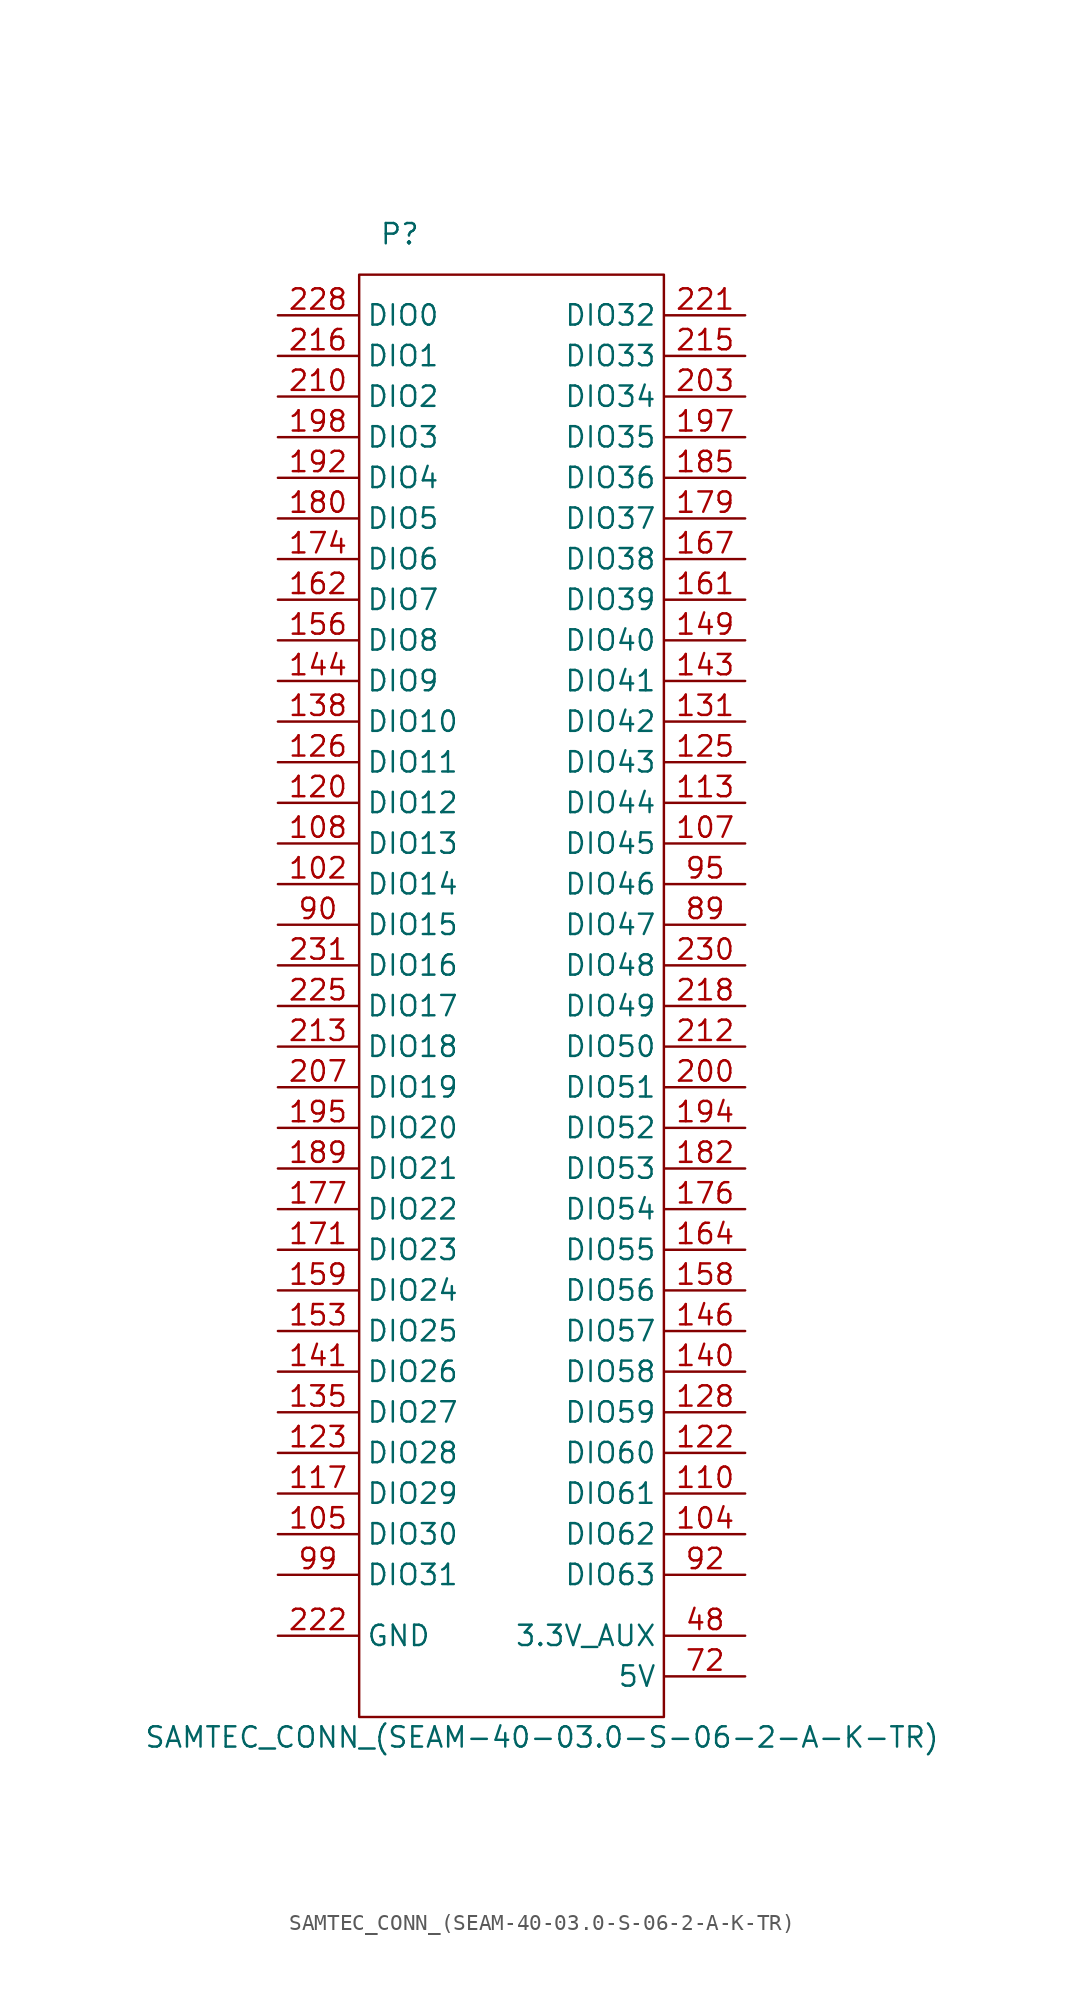
<source format=kicad_sym>
(kicad_symbol_lib
  (version 20220914)
  (generator kicad_symbol_editor)
  (symbol "SAMTEC_CONN_(SEAM-40-03.0-S-06-2-A-K-TR)"
    (property "Reference" "P"
      (at 0 54.61 0)
      (effects (font (size 1.27 1.27))))
    (property "Value" "SAMTEC_CONN_(SEAM-40-03.0-S-06-2-A-K-TR)"
      (at 8.89 -39.37 0)
      (effects (font (size 1.27 1.27))))
    (property "Datasheet" ""
      (at 0 0 0)
      (effects (font (size 1.27 1.27))))
    (symbol "SAMTEC_CONN_(SEAM-40-03.0-S-06-2-A-K-TR)_0_1"
      (rectangle (start -2.54 52.07) (end 16.51 -38.1) (stroke (width 0) (type solid)) (fill (type none))))
    (symbol "SAMTEC_CONN_(SEAM-40-03.0-S-06-2-A-K-TR)_1_1"
      (pin passive line (at -7.62 -33.02 0) (length 5.004) hide (name "GND" (effects (font (size 1.27 1.27)))) (number "101" (effects (font (size 1.27 1.27)))))
      (pin bidirectional line (at -7.62 13.97 0) (length 5.004) (name "DIO14" (effects (font (size 1.27 1.27)))) (number "102" (effects (font (size 1.27 1.27)))))
      (pin bidirectional line (at 21.59 -26.67 180) (length 5.004) (name "DIO62" (effects (font (size 1.27 1.27)))) (number "104" (effects (font (size 1.27 1.27)))))
      (pin bidirectional line (at -7.62 -26.67 0) (length 5.004) (name "DIO30" (effects (font (size 1.27 1.27)))) (number "105" (effects (font (size 1.27 1.27)))))
      (pin bidirectional line (at 21.59 16.51 180) (length 5.004) (name "DIO45" (effects (font (size 1.27 1.27)))) (number "107" (effects (font (size 1.27 1.27)))))
      (pin bidirectional line (at -7.62 16.51 0) (length 5.004) (name "DIO13" (effects (font (size 1.27 1.27)))) (number "108" (effects (font (size 1.27 1.27)))))
      (pin bidirectional line (at 21.59 -24.13 180) (length 5.004) (name "DIO61" (effects (font (size 1.27 1.27)))) (number "110" (effects (font (size 1.27 1.27)))))
      (pin passive line (at -7.62 -33.02 0) (length 5.004) hide (name "GND" (effects (font (size 1.27 1.27)))) (number "111" (effects (font (size 1.27 1.27)))))
      (pin bidirectional line (at 21.59 19.05 180) (length 5.004) (name "DIO44" (effects (font (size 1.27 1.27)))) (number "113" (effects (font (size 1.27 1.27)))))
      (pin passive line (at -7.62 -33.02 0) (length 5.004) hide (name "GND" (effects (font (size 1.27 1.27)))) (number "114" (effects (font (size 1.27 1.27)))))
      (pin passive line (at -7.62 -33.02 0) (length 5.004) hide (name "GND" (effects (font (size 1.27 1.27)))) (number "116" (effects (font (size 1.27 1.27)))))
      (pin bidirectional line (at -7.62 -24.13 0) (length 5.004) (name "DIO29" (effects (font (size 1.27 1.27)))) (number "117" (effects (font (size 1.27 1.27)))))
      (pin passive line (at -7.62 -33.02 0) (length 5.004) hide (name "GND" (effects (font (size 1.27 1.27)))) (number "119" (effects (font (size 1.27 1.27)))))
      (pin bidirectional line (at -7.62 19.05 0) (length 5.004) (name "DIO12" (effects (font (size 1.27 1.27)))) (number "120" (effects (font (size 1.27 1.27)))))
      (pin bidirectional line (at 21.59 -21.59 180) (length 5.004) (name "DIO60" (effects (font (size 1.27 1.27)))) (number "122" (effects (font (size 1.27 1.27)))))
      (pin bidirectional line (at -7.62 -21.59 0) (length 5.004) (name "DIO28" (effects (font (size 1.27 1.27)))) (number "123" (effects (font (size 1.27 1.27)))))
      (pin bidirectional line (at 21.59 21.59 180) (length 5.004) (name "DIO43" (effects (font (size 1.27 1.27)))) (number "125" (effects (font (size 1.27 1.27)))))
      (pin bidirectional line (at -7.62 21.59 0) (length 5.004) (name "DIO11" (effects (font (size 1.27 1.27)))) (number "126" (effects (font (size 1.27 1.27)))))
      (pin bidirectional line (at 21.59 -19.05 180) (length 5.004) (name "DIO59" (effects (font (size 1.27 1.27)))) (number "128" (effects (font (size 1.27 1.27)))))
      (pin passive line (at -7.62 -33.02 0) (length 5.004) hide (name "GND" (effects (font (size 1.27 1.27)))) (number "129" (effects (font (size 1.27 1.27)))))
      (pin bidirectional line (at 21.59 24.13 180) (length 5.004) (name "DIO42" (effects (font (size 1.27 1.27)))) (number "131" (effects (font (size 1.27 1.27)))))
      (pin passive line (at -7.62 -33.02 0) (length 5.004) hide (name "GND" (effects (font (size 1.27 1.27)))) (number "132" (effects (font (size 1.27 1.27)))))
      (pin passive line (at -7.62 -33.02 0) (length 5.004) hide (name "GND" (effects (font (size 1.27 1.27)))) (number "134" (effects (font (size 1.27 1.27)))))
      (pin bidirectional line (at -7.62 -19.05 0) (length 5.004) (name "DIO27" (effects (font (size 1.27 1.27)))) (number "135" (effects (font (size 1.27 1.27)))))
      (pin passive line (at -7.62 -33.02 0) (length 5.004) hide (name "GND" (effects (font (size 1.27 1.27)))) (number "137" (effects (font (size 1.27 1.27)))))
      (pin bidirectional line (at -7.62 24.13 0) (length 5.004) (name "DIO10" (effects (font (size 1.27 1.27)))) (number "138" (effects (font (size 1.27 1.27)))))
      (pin bidirectional line (at 21.59 -16.51 180) (length 5.004) (name "DIO58" (effects (font (size 1.27 1.27)))) (number "140" (effects (font (size 1.27 1.27)))))
      (pin bidirectional line (at -7.62 -16.51 0) (length 5.004) (name "DIO26" (effects (font (size 1.27 1.27)))) (number "141" (effects (font (size 1.27 1.27)))))
      (pin bidirectional line (at 21.59 26.67 180) (length 5.004) (name "DIO41" (effects (font (size 1.27 1.27)))) (number "143" (effects (font (size 1.27 1.27)))))
      (pin bidirectional line (at -7.62 26.67 0) (length 5.004) (name "DIO9" (effects (font (size 1.27 1.27)))) (number "144" (effects (font (size 1.27 1.27)))))
      (pin bidirectional line (at 21.59 -13.97 180) (length 5.004) (name "DIO57" (effects (font (size 1.27 1.27)))) (number "146" (effects (font (size 1.27 1.27)))))
      (pin passive line (at -7.62 -33.02 0) (length 5.004) hide (name "GND" (effects (font (size 1.27 1.27)))) (number "147" (effects (font (size 1.27 1.27)))))
      (pin bidirectional line (at 21.59 29.21 180) (length 5.004) (name "DIO40" (effects (font (size 1.27 1.27)))) (number "149" (effects (font (size 1.27 1.27)))))
      (pin passive line (at -7.62 -33.02 0) (length 5.004) hide (name "GND" (effects (font (size 1.27 1.27)))) (number "150" (effects (font (size 1.27 1.27)))))
      (pin passive line (at -7.62 -33.02 0) (length 5.004) hide (name "GND" (effects (font (size 1.27 1.27)))) (number "152" (effects (font (size 1.27 1.27)))))
      (pin bidirectional line (at -7.62 -13.97 0) (length 5.004) (name "DIO25" (effects (font (size 1.27 1.27)))) (number "153" (effects (font (size 1.27 1.27)))))
      (pin passive line (at -7.62 -33.02 0) (length 5.004) hide (name "GND" (effects (font (size 1.27 1.27)))) (number "155" (effects (font (size 1.27 1.27)))))
      (pin bidirectional line (at -7.62 29.21 0) (length 5.004) (name "DIO8" (effects (font (size 1.27 1.27)))) (number "156" (effects (font (size 1.27 1.27)))))
      (pin bidirectional line (at 21.59 -11.43 180) (length 5.004) (name "DIO56" (effects (font (size 1.27 1.27)))) (number "158" (effects (font (size 1.27 1.27)))))
      (pin bidirectional line (at -7.62 -11.43 0) (length 5.004) (name "DIO24" (effects (font (size 1.27 1.27)))) (number "159" (effects (font (size 1.27 1.27)))))
      (pin bidirectional line (at 21.59 31.75 180) (length 5.004) (name "DIO39" (effects (font (size 1.27 1.27)))) (number "161" (effects (font (size 1.27 1.27)))))
      (pin bidirectional line (at -7.62 31.75 0) (length 5.004) (name "DIO7" (effects (font (size 1.27 1.27)))) (number "162" (effects (font (size 1.27 1.27)))))
      (pin bidirectional line (at 21.59 -8.89 180) (length 5.004) (name "DIO55" (effects (font (size 1.27 1.27)))) (number "164" (effects (font (size 1.27 1.27)))))
      (pin passive line (at -7.62 -33.02 0) (length 5.004) hide (name "GND" (effects (font (size 1.27 1.27)))) (number "165" (effects (font (size 1.27 1.27)))))
      (pin bidirectional line (at 21.59 34.29 180) (length 5.004) (name "DIO38" (effects (font (size 1.27 1.27)))) (number "167" (effects (font (size 1.27 1.27)))))
      (pin passive line (at -7.62 -33.02 0) (length 5.004) hide (name "GND" (effects (font (size 1.27 1.27)))) (number "168" (effects (font (size 1.27 1.27)))))
      (pin passive line (at -7.62 -33.02 0) (length 5.004) hide (name "GND" (effects (font (size 1.27 1.27)))) (number "170" (effects (font (size 1.27 1.27)))))
      (pin bidirectional line (at -7.62 -8.89 0) (length 5.004) (name "DIO23" (effects (font (size 1.27 1.27)))) (number "171" (effects (font (size 1.27 1.27)))))
      (pin passive line (at -7.62 -33.02 0) (length 5.004) hide (name "GND" (effects (font (size 1.27 1.27)))) (number "173" (effects (font (size 1.27 1.27)))))
      (pin bidirectional line (at -7.62 34.29 0) (length 5.004) (name "DIO6" (effects (font (size 1.27 1.27)))) (number "174" (effects (font (size 1.27 1.27)))))
      (pin bidirectional line (at 21.59 -6.35 180) (length 5.004) (name "DIO54" (effects (font (size 1.27 1.27)))) (number "176" (effects (font (size 1.27 1.27)))))
      (pin bidirectional line (at -7.62 -6.35 0) (length 5.004) (name "DIO22" (effects (font (size 1.27 1.27)))) (number "177" (effects (font (size 1.27 1.27)))))
      (pin bidirectional line (at 21.59 36.83 180) (length 5.004) (name "DIO37" (effects (font (size 1.27 1.27)))) (number "179" (effects (font (size 1.27 1.27)))))
      (pin bidirectional line (at -7.62 36.83 0) (length 5.004) (name "DIO5" (effects (font (size 1.27 1.27)))) (number "180" (effects (font (size 1.27 1.27)))))
      (pin bidirectional line (at 21.59 -3.81 180) (length 5.004) (name "DIO53" (effects (font (size 1.27 1.27)))) (number "182" (effects (font (size 1.27 1.27)))))
      (pin passive line (at -7.62 -33.02 0) (length 5.004) hide (name "GND" (effects (font (size 1.27 1.27)))) (number "183" (effects (font (size 1.27 1.27)))))
      (pin bidirectional line (at 21.59 39.37 180) (length 5.004) (name "DIO36" (effects (font (size 1.27 1.27)))) (number "185" (effects (font (size 1.27 1.27)))))
      (pin passive line (at -7.62 -33.02 0) (length 5.004) hide (name "GND" (effects (font (size 1.27 1.27)))) (number "186" (effects (font (size 1.27 1.27)))))
      (pin passive line (at -7.62 -33.02 0) (length 5.004) hide (name "GND" (effects (font (size 1.27 1.27)))) (number "188" (effects (font (size 1.27 1.27)))))
      (pin bidirectional line (at -7.62 -3.81 0) (length 5.004) (name "DIO21" (effects (font (size 1.27 1.27)))) (number "189" (effects (font (size 1.27 1.27)))))
      (pin passive line (at -7.62 -33.02 0) (length 5.004) hide (name "GND" (effects (font (size 1.27 1.27)))) (number "191" (effects (font (size 1.27 1.27)))))
      (pin passive line (at -7.62 39.37 0) (length 5.004) (name "DIO4" (effects (font (size 1.27 1.27)))) (number "192" (effects (font (size 1.27 1.27)))))
      (pin bidirectional line (at 21.59 -1.27 180) (length 5.004) (name "DIO52" (effects (font (size 1.27 1.27)))) (number "194" (effects (font (size 1.27 1.27)))))
      (pin bidirectional line (at -7.62 -1.27 0) (length 5.004) (name "DIO20" (effects (font (size 1.27 1.27)))) (number "195" (effects (font (size 1.27 1.27)))))
      (pin bidirectional line (at 21.59 41.91 180) (length 5.004) (name "DIO35" (effects (font (size 1.27 1.27)))) (number "197" (effects (font (size 1.27 1.27)))))
      (pin bidirectional line (at -7.62 41.91 0) (length 5.004) (name "DIO3" (effects (font (size 1.27 1.27)))) (number "198" (effects (font (size 1.27 1.27)))))
      (pin bidirectional line (at 21.59 1.27 180) (length 5.004) (name "DIO51" (effects (font (size 1.27 1.27)))) (number "200" (effects (font (size 1.27 1.27)))))
      (pin passive line (at -7.62 -33.02 0) (length 5.004) hide (name "GND" (effects (font (size 1.27 1.27)))) (number "201" (effects (font (size 1.27 1.27)))))
      (pin bidirectional line (at 21.59 44.45 180) (length 5.004) (name "DIO34" (effects (font (size 1.27 1.27)))) (number "203" (effects (font (size 1.27 1.27)))))
      (pin passive line (at -7.62 -33.02 0) (length 5.004) hide (name "GND" (effects (font (size 1.27 1.27)))) (number "204" (effects (font (size 1.27 1.27)))))
      (pin passive line (at -7.62 -33.02 0) (length 5.004) hide (name "GND" (effects (font (size 1.27 1.27)))) (number "206" (effects (font (size 1.27 1.27)))))
      (pin bidirectional line (at -7.62 1.27 0) (length 5.004) (name "DIO19" (effects (font (size 1.27 1.27)))) (number "207" (effects (font (size 1.27 1.27)))))
      (pin passive line (at -7.62 -33.02 0) (length 5.004) hide (name "GND" (effects (font (size 1.27 1.27)))) (number "209" (effects (font (size 1.27 1.27)))))
      (pin bidirectional line (at -7.62 44.45 0) (length 5.004) (name "DIO2" (effects (font (size 1.27 1.27)))) (number "210" (effects (font (size 1.27 1.27)))))
      (pin bidirectional line (at 21.59 3.81 180) (length 5.004) (name "DIO50" (effects (font (size 1.27 1.27)))) (number "212" (effects (font (size 1.27 1.27)))))
      (pin bidirectional line (at -7.62 3.81 0) (length 5.004) (name "DIO18" (effects (font (size 1.27 1.27)))) (number "213" (effects (font (size 1.27 1.27)))))
      (pin bidirectional line (at 21.59 46.99 180) (length 5.004) (name "DIO33" (effects (font (size 1.27 1.27)))) (number "215" (effects (font (size 1.27 1.27)))))
      (pin bidirectional line (at -7.62 46.99 0) (length 5.004) (name "DIO1" (effects (font (size 1.27 1.27)))) (number "216" (effects (font (size 1.27 1.27)))))
      (pin bidirectional line (at 21.59 6.35 180) (length 5.004) (name "DIO49" (effects (font (size 1.27 1.27)))) (number "218" (effects (font (size 1.27 1.27)))))
      (pin passive line (at -7.62 -33.02 0) (length 5.004) hide (name "GND" (effects (font (size 1.27 1.27)))) (number "219" (effects (font (size 1.27 1.27)))))
      (pin bidirectional line (at 21.59 49.53 180) (length 5.004) (name "DIO32" (effects (font (size 1.27 1.27)))) (number "221" (effects (font (size 1.27 1.27)))))
      (pin bidirectional line (at -7.62 -33.02 0) (length 5.004) (name "GND" (effects (font (size 1.27 1.27)))) (number "222" (effects (font (size 1.27 1.27)))))
      (pin passive line (at -7.62 -33.02 0) (length 5.004) hide (name "GND" (effects (font (size 1.27 1.27)))) (number "224" (effects (font (size 1.27 1.27)))))
      (pin bidirectional line (at -7.62 6.35 0) (length 5.004) (name "DIO17" (effects (font (size 1.27 1.27)))) (number "225" (effects (font (size 1.27 1.27)))))
      (pin passive line (at -7.62 -33.02 0) (length 5.004) hide (name "GND" (effects (font (size 1.27 1.27)))) (number "227" (effects (font (size 1.27 1.27)))))
      (pin bidirectional line (at -7.62 49.53 0) (length 5.004) (name "DIO0" (effects (font (size 1.27 1.27)))) (number "228" (effects (font (size 1.27 1.27)))))
      (pin bidirectional line (at 21.59 8.89 180) (length 5.004) (name "DIO48" (effects (font (size 1.27 1.27)))) (number "230" (effects (font (size 1.27 1.27)))))
      (pin bidirectional line (at -7.62 8.89 0) (length 5.004) (name "DIO16" (effects (font (size 1.27 1.27)))) (number "231" (effects (font (size 1.27 1.27)))))
      (pin passive line (at -7.62 -33.02 0) (length 5.004) hide (name "GND" (effects (font (size 1.27 1.27)))) (number "237" (effects (font (size 1.27 1.27)))))
      (pin passive line (at -7.62 -33.02 0) (length 5.004) hide (name "GND" (effects (font (size 1.27 1.27)))) (number "26" (effects (font (size 1.27 1.27)))))
      (pin passive line (at -7.62 -33.02 0) (length 5.004) hide (name "GND" (effects (font (size 1.27 1.27)))) (number "30" (effects (font (size 1.27 1.27)))))
      (pin passive line (at -7.62 -33.02 0) (length 5.004) hide (name "GND" (effects (font (size 1.27 1.27)))) (number "36" (effects (font (size 1.27 1.27)))))
      (pin passive line (at -7.62 -33.02 0) (length 5.004) hide (name "GND" (effects (font (size 1.27 1.27)))) (number "39" (effects (font (size 1.27 1.27)))))
      (pin passive line (at -7.62 -33.02 0) (length 5.004) hide (name "GND" (effects (font (size 1.27 1.27)))) (number "41" (effects (font (size 1.27 1.27)))))
      (pin passive line (at -7.62 -33.02 0) (length 5.004) hide (name "GND" (effects (font (size 1.27 1.27)))) (number "44" (effects (font (size 1.27 1.27)))))
      (pin passive line (at -7.62 -33.02 0) (length 5.004) hide (name "GND" (effects (font (size 1.27 1.27)))) (number "47" (effects (font (size 1.27 1.27)))))
      (pin passive line (at 21.59 -33.02 180) (length 5.004) (name "3.3V_AUX" (effects (font (size 1.27 1.27)))) (number "48" (effects (font (size 1.27 1.27)))))
      (pin passive line (at 21.59 -35.56 0) (length 5.004) hide (name "5V" (effects (font (size 1.27 1.27)))) (number "54" (effects (font (size 1.27 1.27)))))
      (pin passive line (at -7.62 -33.02 0) (length 5.004) hide (name "GND" (effects (font (size 1.27 1.27)))) (number "57" (effects (font (size 1.27 1.27)))))
      (pin passive line (at 21.59 -35.56 0) (length 5.004) hide (name "5V" (effects (font (size 1.27 1.27)))) (number "60" (effects (font (size 1.27 1.27)))))
      (pin passive line (at -7.62 -33.02 0) (length 5.004) hide (name "GND" (effects (font (size 1.27 1.27)))) (number "62" (effects (font (size 1.27 1.27)))))
      (pin passive line (at -7.62 -33.02 0) (length 5.004) hide (name "GND" (effects (font (size 1.27 1.27)))) (number "65" (effects (font (size 1.27 1.27)))))
      (pin passive line (at 21.59 -35.56 0) (length 5.004) hide (name "5V" (effects (font (size 1.27 1.27)))) (number "66" (effects (font (size 1.27 1.27)))))
      (pin passive line (at 21.59 -35.56 180) (length 5.004) (name "5V" (effects (font (size 1.27 1.27)))) (number "72" (effects (font (size 1.27 1.27)))))
      (pin passive line (at -7.62 -33.02 0) (length 5.004) hide (name "GND" (effects (font (size 1.27 1.27)))) (number "75" (effects (font (size 1.27 1.27)))))
      (pin passive line (at -7.62 -33.02 0) (length 5.004) hide (name "GND" (effects (font (size 1.27 1.27)))) (number "78" (effects (font (size 1.27 1.27)))))
      (pin passive line (at -7.62 -33.02 0) (length 5.004) hide (name "GND" (effects (font (size 1.27 1.27)))) (number "80" (effects (font (size 1.27 1.27)))))
      (pin passive line (at -7.62 -33.02 0) (length 5.004) hide (name "GND" (effects (font (size 1.27 1.27)))) (number "83" (effects (font (size 1.27 1.27)))))
      (pin bidirectional line (at 21.59 11.43 180) (length 5.004) (name "DIO47" (effects (font (size 1.27 1.27)))) (number "89" (effects (font (size 1.27 1.27)))))
      (pin bidirectional line (at -7.62 11.43 0) (length 5.004) (name "DIO15" (effects (font (size 1.27 1.27)))) (number "90" (effects (font (size 1.27 1.27)))))
      (pin bidirectional line (at 21.59 -29.21 180) (length 5.004) (name "DIO63" (effects (font (size 1.27 1.27)))) (number "92" (effects (font (size 1.27 1.27)))))
      (pin passive line (at -7.62 -33.02 0) (length 5.004) hide (name "GND" (effects (font (size 1.27 1.27)))) (number "93" (effects (font (size 1.27 1.27)))))
      (pin bidirectional line (at 21.59 13.97 180) (length 5.004) (name "DIO46" (effects (font (size 1.27 1.27)))) (number "95" (effects (font (size 1.27 1.27)))))
      (pin passive line (at -7.62 -33.02 0) (length 5.004) hide (name "GND" (effects (font (size 1.27 1.27)))) (number "96" (effects (font (size 1.27 1.27)))))
      (pin passive line (at -7.62 -33.02 0) (length 5.004) hide (name "GND" (effects (font (size 1.27 1.27)))) (number "98" (effects (font (size 1.27 1.27)))))
      (pin bidirectional line (at -7.62 -29.21 0) (length 5.004) (name "DIO31" (effects (font (size 1.27 1.27)))) (number "99" (effects (font (size 1.27 1.27))))))))
</source>
